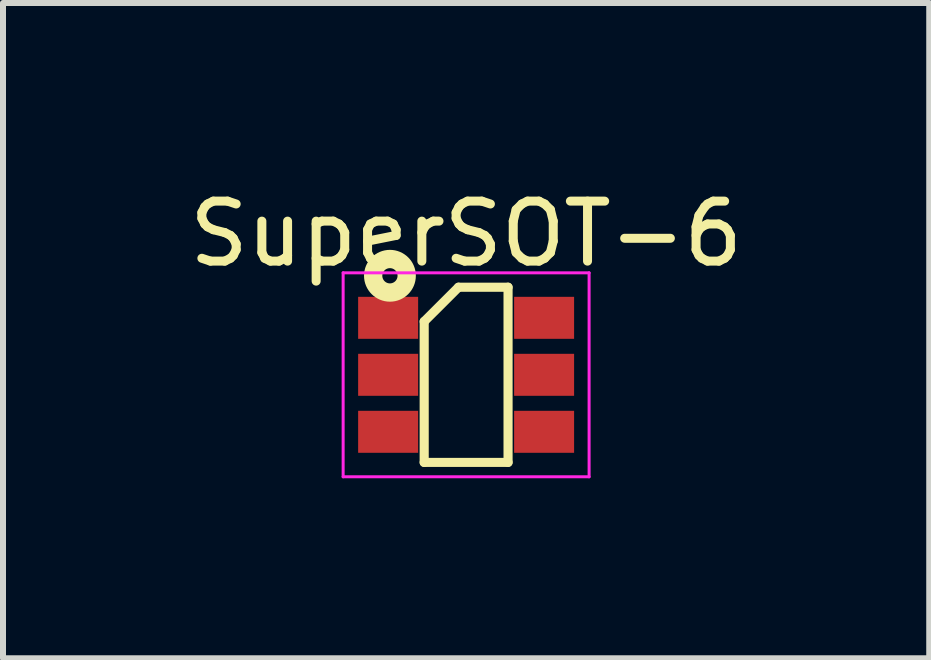
<source format=kicad_pcb>
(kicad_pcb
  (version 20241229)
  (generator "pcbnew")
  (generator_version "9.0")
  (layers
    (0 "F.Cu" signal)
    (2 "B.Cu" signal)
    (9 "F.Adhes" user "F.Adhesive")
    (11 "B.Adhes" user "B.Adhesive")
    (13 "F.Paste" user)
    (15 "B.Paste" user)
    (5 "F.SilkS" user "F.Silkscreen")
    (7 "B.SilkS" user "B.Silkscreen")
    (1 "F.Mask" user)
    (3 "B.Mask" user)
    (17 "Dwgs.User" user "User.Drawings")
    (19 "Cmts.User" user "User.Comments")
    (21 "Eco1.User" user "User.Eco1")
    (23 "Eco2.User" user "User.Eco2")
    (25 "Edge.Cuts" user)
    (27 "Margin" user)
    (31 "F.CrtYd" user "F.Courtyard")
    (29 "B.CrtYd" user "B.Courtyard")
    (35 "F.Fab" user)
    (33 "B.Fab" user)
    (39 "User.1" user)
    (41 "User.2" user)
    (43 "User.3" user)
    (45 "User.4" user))
  (footprint "SuperSOT-6"
    (layer "F.Cu")
    (at 4.72 3.198)
    (property "Reference" "SuperSOT-6" (at 0 -2.35 0) (layer "F.SilkS") (effects (font (size 1 1) (thickness 0.15))))
    (attr smd)
    (fp_line (start -0.699 -0.889) (end -0.699 1.46) (stroke (width 0.152) (type solid)) (layer "F.SilkS"))
    (fp_line (start -0.699 1.46) (end 0.699 1.46) (stroke (width 0.152) (type solid)) (layer "F.SilkS"))
    (fp_line (start -0.127 -1.46) (end -0.699 -0.889) (stroke (width 0.152) (type solid)) (layer "F.SilkS"))
    (fp_line (start 0.699 -1.46) (end -0.127 -1.46) (stroke (width 0.152) (type solid)) (layer "F.SilkS"))
    (fp_line (start 0.699 1.46) (end 0.699 -1.46) (stroke (width 0.152) (type solid)) (layer "F.SilkS"))
    (fp_circle (center -1.27 -1.651) (end -1.27 -1.524) (stroke (width 0.305) (type solid)) (fill no) (layer "F.SilkS"))
    (fp_line (start -2.05 -1.7) (end -2.05 1.7) (stroke (width 0.05) (type solid)) (layer "F.CrtYd"))
    (fp_line (start -2.05 -1.7) (end 2.05 -1.7) (stroke (width 0.05) (type solid)) (layer "F.CrtYd"))
    (fp_line (start 2.05 1.7) (end -2.05 1.7) (stroke (width 0.05) (type solid)) (layer "F.CrtYd"))
    (fp_line (start 2.05 1.7) (end 2.05 -1.7) (stroke (width 0.05) (type solid)) (layer "F.CrtYd"))
    (pad "1" smd rect (at -1.3 -0.95) (size 1 0.7) (layers "F.Cu" "F.Mask" "F.Paste"))
    (pad "2" smd rect (at -1.3 0) (size 1 0.7) (layers "F.Cu" "F.Mask" "F.Paste"))
    (pad "3" smd rect (at -1.3 0.95) (size 1 0.7) (layers "F.Cu" "F.Mask" "F.Paste"))
    (pad "4" smd rect (at 1.3 0.95) (size 1 0.7) (layers "F.Cu" "F.Mask" "F.Paste"))
    (pad "5" smd rect (at 1.3 0) (size 1 0.7) (layers "F.Cu" "F.Mask" "F.Paste"))
    (pad "6" smd rect (at 1.3 -0.95) (size 1 0.7) (layers "F.Cu" "F.Mask" "F.Paste")))
  (gr_rect
    (start -3 -3)
    (end 12.44 7.923)
    (stroke (width 0.1) (type default))
    (fill no)
    (layer "Edge.Cuts")))
</source>
